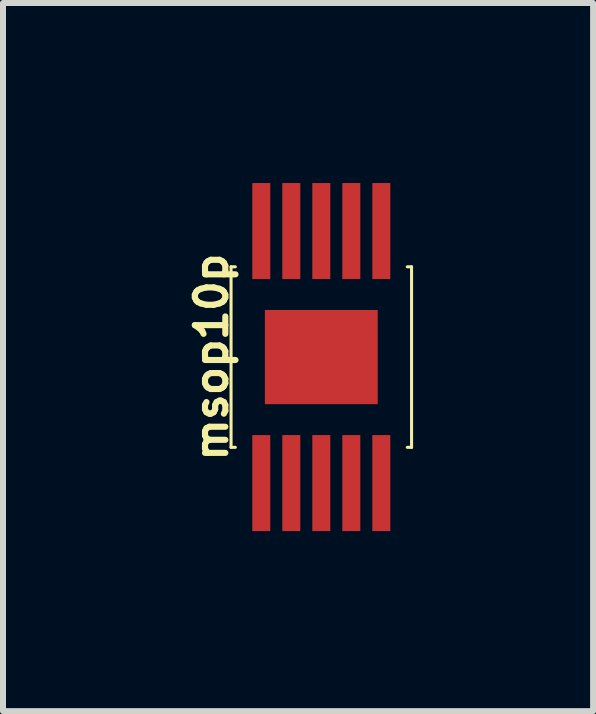
<source format=kicad_pcb>
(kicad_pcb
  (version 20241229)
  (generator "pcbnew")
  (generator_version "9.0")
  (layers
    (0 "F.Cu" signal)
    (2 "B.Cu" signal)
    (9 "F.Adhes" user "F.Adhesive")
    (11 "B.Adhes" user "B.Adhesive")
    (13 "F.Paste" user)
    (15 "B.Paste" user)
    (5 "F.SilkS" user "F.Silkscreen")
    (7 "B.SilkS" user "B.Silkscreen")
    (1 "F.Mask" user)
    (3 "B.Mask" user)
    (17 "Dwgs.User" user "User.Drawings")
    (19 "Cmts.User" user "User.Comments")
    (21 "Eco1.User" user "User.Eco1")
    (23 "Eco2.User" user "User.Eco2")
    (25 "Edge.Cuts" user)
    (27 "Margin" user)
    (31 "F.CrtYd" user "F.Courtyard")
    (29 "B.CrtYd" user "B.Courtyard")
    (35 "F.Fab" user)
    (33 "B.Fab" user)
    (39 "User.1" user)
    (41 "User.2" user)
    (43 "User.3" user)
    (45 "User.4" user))
  (footprint "msop10p"
    (layer "F.Cu")
    (at 2.304 2.9)
    (property "Reference" "msop10p" (at -1.829 0 90) (layer "F.SilkS") (effects (font (size 0.508 0.508) (thickness 0.102))))
    (attr through_hole)
    (fp_line (start -1.504 -1.504) (end -1.504 1.504) (stroke (width 0.051) (type solid)) (layer "F.SilkS"))
    (fp_line (start -1.504 -1.504) (end -1.433 -1.504) (stroke (width 0.051) (type solid)) (layer "F.SilkS"))
    (fp_line (start -1.504 1.504) (end -1.433 1.504) (stroke (width 0.051) (type solid)) (layer "F.SilkS"))
    (fp_line (start 1.504 -1.504) (end 1.433 -1.504) (stroke (width 0.051) (type solid)) (layer "F.SilkS"))
    (fp_line (start 1.504 -1.504) (end 1.504 1.504) (stroke (width 0.051) (type solid)) (layer "F.SilkS"))
    (fp_line (start 1.504 1.504) (end 1.433 1.504) (stroke (width 0.051) (type solid)) (layer "F.SilkS"))
    (pad "1" smd rect (at -1 2.1) (size 0.3 1.6) (layers "F.Cu" "F.Mask" "F.Paste"))
    (pad "2" smd rect (at -0.5 2.1) (size 0.3 1.6) (layers "F.Cu" "F.Mask" "F.Paste"))
    (pad "3" smd rect (at 0 2.1) (size 0.3 1.6) (layers "F.Cu" "F.Mask" "F.Paste"))
    (pad "4" smd rect (at 0.5 2.1) (size 0.3 1.6) (layers "F.Cu" "F.Mask" "F.Paste"))
    (pad "5" smd rect (at 1 2.1) (size 0.3 1.6) (layers "F.Cu" "F.Mask" "F.Paste"))
    (pad "6" smd rect (at 1 -2.1) (size 0.3 1.6) (layers "F.Cu" "F.Mask" "F.Paste"))
    (pad "7" smd rect (at 0.5 -2.1) (size 0.3 1.6) (layers "F.Cu" "F.Mask" "F.Paste"))
    (pad "8" smd rect (at 0 -2.1) (size 0.3 1.6) (layers "F.Cu" "F.Mask" "F.Paste"))
    (pad "9" smd rect (at -0.5 -2.1) (size 0.3 1.6) (layers "F.Cu" "F.Mask" "F.Paste"))
    (pad "10" smd rect (at -1 -2.1) (size 0.3 1.6) (layers "F.Cu" "F.Mask" "F.Paste"))
    (pad "pad" smd rect (at 0 0) (size 1.88 1.57) (layers "F.Cu" "F.Mask" "F.Paste")))
  (gr_rect
    (start -3 -3)
    (end 6.833 8.8)
    (stroke (width 0.1) (type default))
    (fill no)
    (layer "Edge.Cuts")))
</source>
